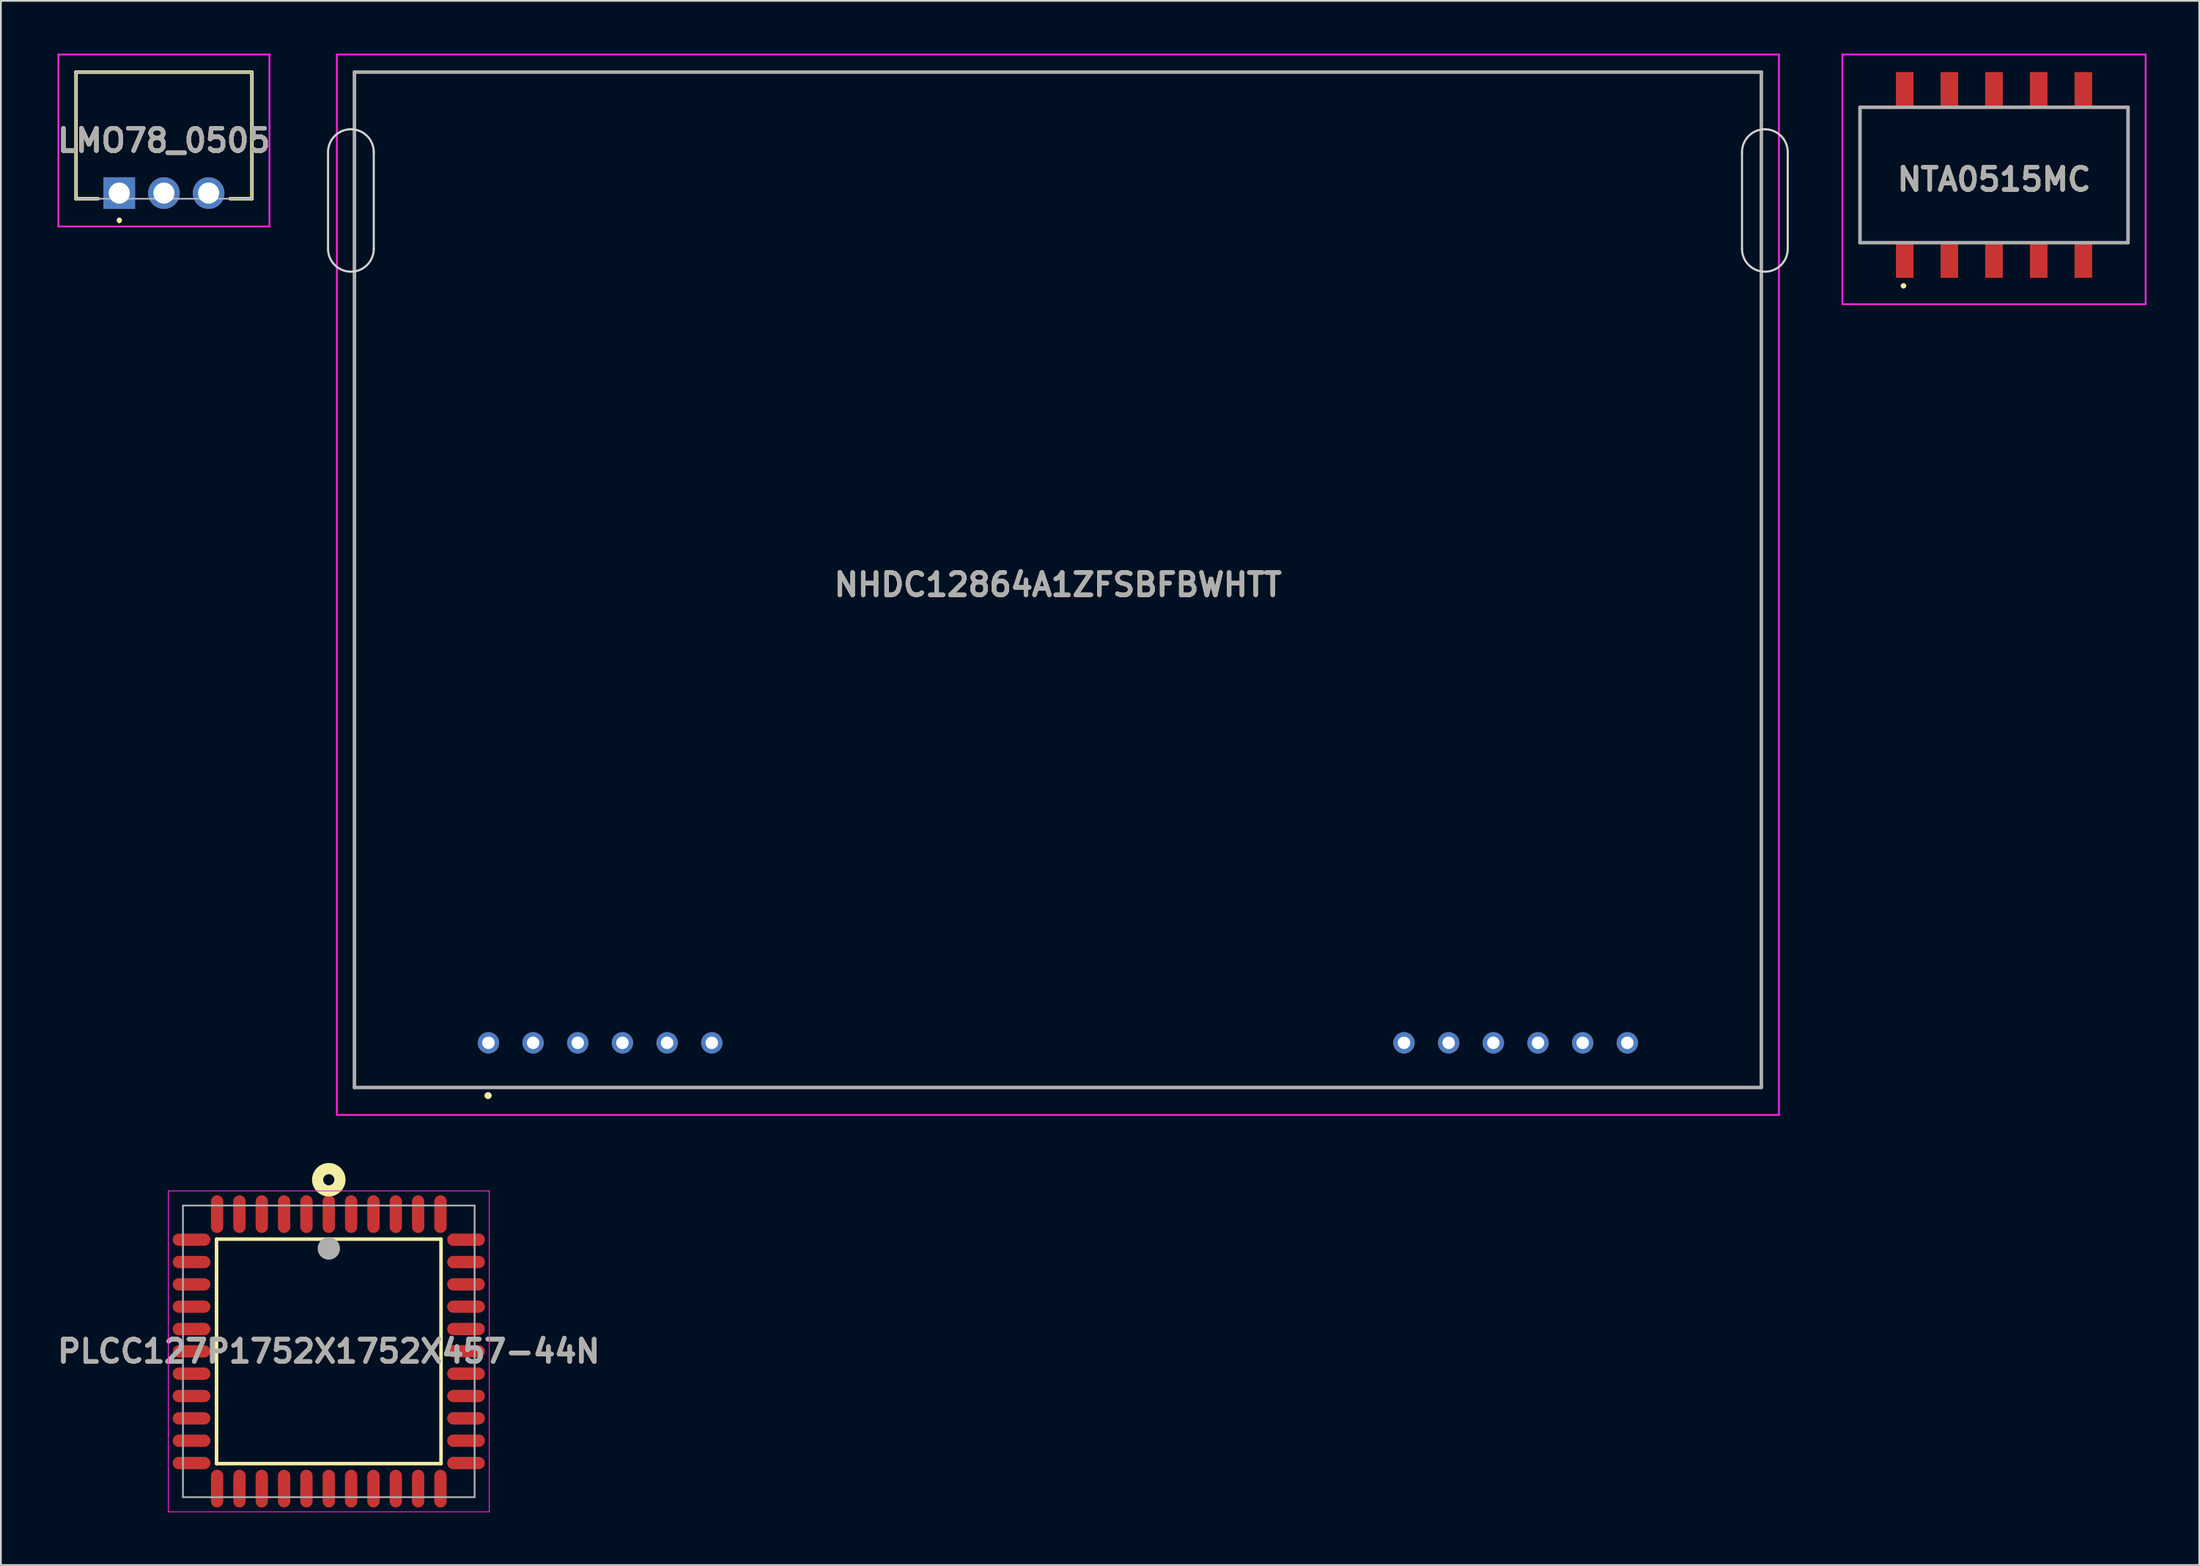
<source format=kicad_pcb>
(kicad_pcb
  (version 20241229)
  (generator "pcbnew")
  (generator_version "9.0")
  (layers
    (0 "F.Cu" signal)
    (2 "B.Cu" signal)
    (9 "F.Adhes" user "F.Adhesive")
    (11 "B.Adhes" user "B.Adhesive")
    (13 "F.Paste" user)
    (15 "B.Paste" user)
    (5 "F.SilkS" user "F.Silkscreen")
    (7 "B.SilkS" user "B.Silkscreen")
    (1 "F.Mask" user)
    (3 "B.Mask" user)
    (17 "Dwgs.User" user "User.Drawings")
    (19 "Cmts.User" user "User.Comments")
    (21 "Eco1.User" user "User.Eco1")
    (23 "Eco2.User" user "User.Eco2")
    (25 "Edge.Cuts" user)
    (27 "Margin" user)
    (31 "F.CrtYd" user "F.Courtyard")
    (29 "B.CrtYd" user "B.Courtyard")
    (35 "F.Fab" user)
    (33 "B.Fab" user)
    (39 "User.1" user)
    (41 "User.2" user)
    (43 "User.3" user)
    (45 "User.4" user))
  (footprint "LMO78_0505"
    (layer "F.Cu")
    (at 3.731 7.93)
    (property "Reference" "LMO78_0505" (at 2.54 -2.99 0) (layer "F.SilkS") (effects (font (size 1.27 1.27) (thickness 0.254))))
    (attr through_hole)
    (fp_line (start -2.46 -6.88) (end 7.54 -6.88) (stroke (width 0.2) (type solid)) (layer "F.SilkS"))
    (fp_line (start -2.46 0.32) (end -2.46 -6.88) (stroke (width 0.2) (type solid)) (layer "F.SilkS"))
    (fp_line (start -1.2 0.32) (end -2.46 0.32) (stroke (width 0.2) (type solid)) (layer "F.SilkS"))
    (fp_line (start 0 1.5) (end 0 1.5) (stroke (width 0.2) (type solid)) (layer "F.SilkS"))
    (fp_line (start 0 1.6) (end 0 1.6) (stroke (width 0.2) (type solid)) (layer "F.SilkS"))
    (fp_line (start 0 1.6) (end 0 1.6) (stroke (width 0.2) (type solid)) (layer "F.SilkS"))
    (fp_line (start 7.54 -6.88) (end 7.54 0.32) (stroke (width 0.2) (type solid)) (layer "F.SilkS"))
    (fp_line (start 7.54 0.32) (end 6.3 0.32) (stroke (width 0.2) (type solid)) (layer "F.SilkS"))
    (fp_arc (start 0 1.5) (mid 0.05 1.55) (end 0 1.6) (stroke (width 0.2) (type solid)) (layer "F.SilkS"))
    (fp_arc (start 0 1.5) (mid 0.05 1.55) (end 0 1.6) (stroke (width 0.2) (type solid)) (layer "F.SilkS"))
    (fp_arc (start 0 1.6) (mid -0.05 1.55) (end 0 1.5) (stroke (width 0.2) (type solid)) (layer "F.SilkS"))
    (fp_line (start -3.46 -7.88) (end 8.54 -7.88) (stroke (width 0.1) (type solid)) (layer "F.CrtYd"))
    (fp_line (start -3.46 1.9) (end -3.46 -7.88) (stroke (width 0.1) (type solid)) (layer "F.CrtYd"))
    (fp_line (start 8.54 -7.88) (end 8.54 1.9) (stroke (width 0.1) (type solid)) (layer "F.CrtYd"))
    (fp_line (start 8.54 1.9) (end -3.46 1.9) (stroke (width 0.1) (type solid)) (layer "F.CrtYd"))
    (fp_line (start -2.46 -6.88) (end 7.54 -6.88) (stroke (width 0.1) (type solid)) (layer "F.Fab"))
    (fp_line (start -2.46 0.32) (end -2.46 -6.88) (stroke (width 0.1) (type solid)) (layer "F.Fab"))
    (fp_line (start 7.54 -6.88) (end 7.54 0.32) (stroke (width 0.1) (type solid)) (layer "F.Fab"))
    (fp_line (start 7.54 0.32) (end -2.46 0.32) (stroke (width 0.1) (type solid)) (layer "F.Fab"))
    (fp_text user "${REFERENCE}" (at 2.54 -2.99 0) (layer "F.Fab") (effects (font (size 1.27 1.27) (thickness 0.254))))
    (pad "1" thru_hole rect (at 0 0) (size 1.8 1.8) (drill 1.2) (layers "*.Cu" "*.Mask"))
    (pad "2" thru_hole circle (at 2.54 0) (size 1.8 1.8) (drill 1.2) (layers "*.Cu" "*.Mask"))
    (pad "3" thru_hole circle (at 5.08 0) (size 1.8 1.8) (drill 1.2) (layers "*.Cu" "*.Mask")))
  (footprint "PLCC127P1752X1752X457-44N"
    (layer "F.Cu")
    (at 15.645 73.794)
    (property "Reference" "PLCC127P1752X1752X457-44N" (at 0 0 0) (layer "F.SilkS") (effects (font (size 1.27 1.27) (thickness 0.254))))
    (attr smd)
    (fp_line (start -6.382 -6.382) (end 6.382 -6.382) (stroke (width 0.2) (type solid)) (layer "F.SilkS"))
    (fp_line (start -6.382 6.382) (end -6.382 -6.382) (stroke (width 0.2) (type solid)) (layer "F.SilkS"))
    (fp_line (start 6.382 -6.382) (end 6.382 6.382) (stroke (width 0.2) (type solid)) (layer "F.SilkS"))
    (fp_line (start 6.382 6.382) (end -6.382 6.382) (stroke (width 0.2) (type solid)) (layer "F.SilkS"))
    (fp_circle (center 0 -9.759) (end 0 -9.442) (stroke (width 0.635) (type solid)) (fill no) (layer "F.SilkS"))
    (fp_line (start -9.125 -9.125) (end 9.125 -9.125) (stroke (width 0.05) (type solid)) (layer "F.CrtYd"))
    (fp_line (start -9.125 9.125) (end -9.125 -9.125) (stroke (width 0.05) (type solid)) (layer "F.CrtYd"))
    (fp_line (start 9.125 -9.125) (end 9.125 9.125) (stroke (width 0.05) (type solid)) (layer "F.CrtYd"))
    (fp_line (start 9.125 9.125) (end -9.125 9.125) (stroke (width 0.05) (type solid)) (layer "F.CrtYd"))
    (fp_line (start -8.292 -8.292) (end 8.292 -8.292) (stroke (width 0.1) (type solid)) (layer "F.Fab"))
    (fp_line (start -8.292 8.292) (end -8.292 -8.292) (stroke (width 0.1) (type solid)) (layer "F.Fab"))
    (fp_line (start 8.292 -8.292) (end 8.292 8.292) (stroke (width 0.1) (type solid)) (layer "F.Fab"))
    (fp_line (start 8.292 8.292) (end -8.292 8.292) (stroke (width 0.1) (type solid)) (layer "F.Fab"))
    (fp_circle (center 0 -5.848) (end 0 -5.53) (stroke (width 0.635) (type solid)) (fill no) (layer "F.Fab"))
    (fp_text user "${REFERENCE}" (at 0 0 0) (layer "F.Fab") (effects (font (size 1.27 1.27) (thickness 0.254))))
    (pad "1" smd oval (at 0 -7.804) (size 0.7 2.142) (layers "F.Cu" "F.Mask" "F.Paste"))
    (pad "2" smd oval (at -1.27 -7.804) (size 0.7 2.142) (layers "F.Cu" "F.Mask" "F.Paste"))
    (pad "3" smd oval (at -2.54 -7.804) (size 0.7 2.142) (layers "F.Cu" "F.Mask" "F.Paste"))
    (pad "4" smd oval (at -3.81 -7.804) (size 0.7 2.142) (layers "F.Cu" "F.Mask" "F.Paste"))
    (pad "5" smd oval (at -5.08 -7.804) (size 0.7 2.142) (layers "F.Cu" "F.Mask" "F.Paste"))
    (pad "6" smd oval (at -6.35 -7.804) (size 0.7 2.142) (layers "F.Cu" "F.Mask" "F.Paste"))
    (pad "7" smd oval (at -7.804 -6.35 90) (size 0.7 2.142) (layers "F.Cu" "F.Mask" "F.Paste"))
    (pad "8" smd oval (at -7.804 -5.08 90) (size 0.7 2.142) (layers "F.Cu" "F.Mask" "F.Paste"))
    (pad "9" smd oval (at -7.804 -3.81 90) (size 0.7 2.142) (layers "F.Cu" "F.Mask" "F.Paste"))
    (pad "10" smd oval (at -7.804 -2.54 90) (size 0.7 2.142) (layers "F.Cu" "F.Mask" "F.Paste"))
    (pad "11" smd oval (at -7.804 -1.27 90) (size 0.7 2.142) (layers "F.Cu" "F.Mask" "F.Paste"))
    (pad "12" smd oval (at -7.804 0 90) (size 0.7 2.142) (layers "F.Cu" "F.Mask" "F.Paste"))
    (pad "13" smd oval (at -7.804 1.27 90) (size 0.7 2.142) (layers "F.Cu" "F.Mask" "F.Paste"))
    (pad "14" smd oval (at -7.804 2.54 90) (size 0.7 2.142) (layers "F.Cu" "F.Mask" "F.Paste"))
    (pad "15" smd oval (at -7.804 3.81 90) (size 0.7 2.142) (layers "F.Cu" "F.Mask" "F.Paste"))
    (pad "16" smd oval (at -7.804 5.08 90) (size 0.7 2.142) (layers "F.Cu" "F.Mask" "F.Paste"))
    (pad "17" smd oval (at -7.804 6.35 90) (size 0.7 2.142) (layers "F.Cu" "F.Mask" "F.Paste"))
    (pad "18" smd oval (at -6.35 7.804) (size 0.7 2.142) (layers "F.Cu" "F.Mask" "F.Paste"))
    (pad "19" smd oval (at -5.08 7.804) (size 0.7 2.142) (layers "F.Cu" "F.Mask" "F.Paste"))
    (pad "20" smd oval (at -3.81 7.804) (size 0.7 2.142) (layers "F.Cu" "F.Mask" "F.Paste"))
    (pad "21" smd oval (at -2.54 7.804) (size 0.7 2.142) (layers "F.Cu" "F.Mask" "F.Paste"))
    (pad "22" smd oval (at -1.27 7.804) (size 0.7 2.142) (layers "F.Cu" "F.Mask" "F.Paste"))
    (pad "23" smd oval (at 0 7.804) (size 0.7 2.142) (layers "F.Cu" "F.Mask" "F.Paste"))
    (pad "24" smd oval (at 1.27 7.804) (size 0.7 2.142) (layers "F.Cu" "F.Mask" "F.Paste"))
    (pad "25" smd oval (at 2.54 7.804) (size 0.7 2.142) (layers "F.Cu" "F.Mask" "F.Paste"))
    (pad "26" smd oval (at 3.81 7.804) (size 0.7 2.142) (layers "F.Cu" "F.Mask" "F.Paste"))
    (pad "27" smd oval (at 5.08 7.804) (size 0.7 2.142) (layers "F.Cu" "F.Mask" "F.Paste"))
    (pad "28" smd oval (at 6.35 7.804) (size 0.7 2.142) (layers "F.Cu" "F.Mask" "F.Paste"))
    (pad "29" smd oval (at 7.804 6.35 90) (size 0.7 2.142) (layers "F.Cu" "F.Mask" "F.Paste"))
    (pad "30" smd oval (at 7.804 5.08 90) (size 0.7 2.142) (layers "F.Cu" "F.Mask" "F.Paste"))
    (pad "31" smd oval (at 7.804 3.81 90) (size 0.7 2.142) (layers "F.Cu" "F.Mask" "F.Paste"))
    (pad "32" smd oval (at 7.804 2.54 90) (size 0.7 2.142) (layers "F.Cu" "F.Mask" "F.Paste"))
    (pad "33" smd oval (at 7.804 1.27 90) (size 0.7 2.142) (layers "F.Cu" "F.Mask" "F.Paste"))
    (pad "34" smd oval (at 7.804 0 90) (size 0.7 2.142) (layers "F.Cu" "F.Mask" "F.Paste"))
    (pad "35" smd oval (at 7.804 -1.27 90) (size 0.7 2.142) (layers "F.Cu" "F.Mask" "F.Paste"))
    (pad "36" smd oval (at 7.804 -2.54 90) (size 0.7 2.142) (layers "F.Cu" "F.Mask" "F.Paste"))
    (pad "37" smd oval (at 7.804 -3.81 90) (size 0.7 2.142) (layers "F.Cu" "F.Mask" "F.Paste"))
    (pad "38" smd oval (at 7.804 -5.08 90) (size 0.7 2.142) (layers "F.Cu" "F.Mask" "F.Paste"))
    (pad "39" smd oval (at 7.804 -6.35 90) (size 0.7 2.142) (layers "F.Cu" "F.Mask" "F.Paste"))
    (pad "40" smd oval (at 6.35 -7.804) (size 0.7 2.142) (layers "F.Cu" "F.Mask" "F.Paste"))
    (pad "41" smd oval (at 5.08 -7.804) (size 0.7 2.142) (layers "F.Cu" "F.Mask" "F.Paste"))
    (pad "42" smd oval (at 3.81 -7.804) (size 0.7 2.142) (layers "F.Cu" "F.Mask" "F.Paste"))
    (pad "43" smd oval (at 2.54 -7.804) (size 0.7 2.142) (layers "F.Cu" "F.Mask" "F.Paste"))
    (pad "44" smd oval (at 1.27 -7.804) (size 0.7 2.142) (layers "F.Cu" "F.Mask" "F.Paste")))
  (footprint "NTA0515MC"
    (layer "F.Cu")
    (at 110.333 6.9)
    (property "Reference" "NTA0515MC" (at 0 0.25 0) (layer "F.SilkS") (effects (font (size 1.27 1.27) (thickness 0.254))))
    (attr smd)
    (fp_line (start -7.62 -3.85) (end -7.62 -3.85) (stroke (width 0.1) (type solid)) (layer "F.SilkS"))
    (fp_line (start -7.62 -3.85) (end -7.62 -3.85) (stroke (width 0.1) (type solid)) (layer "F.SilkS"))
    (fp_line (start -7.62 -3.85) (end -7.62 3.85) (stroke (width 0.1) (type solid)) (layer "F.SilkS"))
    (fp_line (start -7.62 -3.85) (end -6.3 -3.85) (stroke (width 0.1) (type solid)) (layer "F.SilkS"))
    (fp_line (start -7.62 3.85) (end -7.62 -3.85) (stroke (width 0.1) (type solid)) (layer "F.SilkS"))
    (fp_line (start -7.62 3.85) (end -7.62 3.85) (stroke (width 0.1) (type solid)) (layer "F.SilkS"))
    (fp_line (start -7.62 3.85) (end -7.62 3.85) (stroke (width 0.1) (type solid)) (layer "F.SilkS"))
    (fp_line (start -7.62 3.85) (end -6.3 3.85) (stroke (width 0.1) (type solid)) (layer "F.SilkS"))
    (fp_line (start -6.3 -3.85) (end -7.62 -3.85) (stroke (width 0.1) (type solid)) (layer "F.SilkS"))
    (fp_line (start -6.3 -3.85) (end -6.3 -3.85) (stroke (width 0.1) (type solid)) (layer "F.SilkS"))
    (fp_line (start -6.3 3.85) (end -7.62 3.85) (stroke (width 0.1) (type solid)) (layer "F.SilkS"))
    (fp_line (start -6.3 3.85) (end -6.3 3.85) (stroke (width 0.1) (type solid)) (layer "F.SilkS"))
    (fp_line (start -5.2 6.3) (end -5.2 6.3) (stroke (width 0.2) (type solid)) (layer "F.SilkS"))
    (fp_line (start -5.2 6.3) (end -5.2 6.3) (stroke (width 0.2) (type solid)) (layer "F.SilkS"))
    (fp_line (start -5.1 6.3) (end -5.1 6.3) (stroke (width 0.2) (type solid)) (layer "F.SilkS"))
    (fp_line (start -4.1 -3.85) (end -4.1 -3.85) (stroke (width 0.1) (type solid)) (layer "F.SilkS"))
    (fp_line (start -4.1 -3.85) (end -3.5 -3.85) (stroke (width 0.1) (type solid)) (layer "F.SilkS"))
    (fp_line (start -4.1 3.85) (end -4.1 3.85) (stroke (width 0.1) (type solid)) (layer "F.SilkS"))
    (fp_line (start -4.1 3.85) (end -3.5 3.85) (stroke (width 0.1) (type solid)) (layer "F.SilkS"))
    (fp_line (start -3.5 -3.85) (end -4.1 -3.85) (stroke (width 0.1) (type solid)) (layer "F.SilkS"))
    (fp_line (start -3.5 -3.85) (end -3.5 -3.85) (stroke (width 0.1) (type solid)) (layer "F.SilkS"))
    (fp_line (start -3.5 3.85) (end -4.1 3.85) (stroke (width 0.1) (type solid)) (layer "F.SilkS"))
    (fp_line (start -3.5 3.85) (end -3.5 3.85) (stroke (width 0.1) (type solid)) (layer "F.SilkS"))
    (fp_line (start -1.6 -3.85) (end -1.6 -3.85) (stroke (width 0.1) (type solid)) (layer "F.SilkS"))
    (fp_line (start -1.6 -3.85) (end -0.9 -3.85) (stroke (width 0.1) (type solid)) (layer "F.SilkS"))
    (fp_line (start -1.6 3.85) (end -1.6 3.85) (stroke (width 0.1) (type solid)) (layer "F.SilkS"))
    (fp_line (start -1.6 3.85) (end -0.9 3.85) (stroke (width 0.1) (type solid)) (layer "F.SilkS"))
    (fp_line (start -0.9 -3.85) (end -1.6 -3.85) (stroke (width 0.1) (type solid)) (layer "F.SilkS"))
    (fp_line (start -0.9 -3.85) (end -0.9 -3.85) (stroke (width 0.1) (type solid)) (layer "F.SilkS"))
    (fp_line (start -0.9 3.85) (end -1.6 3.85) (stroke (width 0.1) (type solid)) (layer "F.SilkS"))
    (fp_line (start -0.9 3.85) (end -0.9 3.85) (stroke (width 0.1) (type solid)) (layer "F.SilkS"))
    (fp_line (start 0.9 -3.85) (end 0.9 -3.85) (stroke (width 0.1) (type solid)) (layer "F.SilkS"))
    (fp_line (start 0.9 -3.85) (end 1.6 -3.85) (stroke (width 0.1) (type solid)) (layer "F.SilkS"))
    (fp_line (start 0.9 3.85) (end 0.9 3.85) (stroke (width 0.1) (type solid)) (layer "F.SilkS"))
    (fp_line (start 0.9 3.85) (end 1.6 3.85) (stroke (width 0.1) (type solid)) (layer "F.SilkS"))
    (fp_line (start 1.6 -3.85) (end 0.9 -3.85) (stroke (width 0.1) (type solid)) (layer "F.SilkS"))
    (fp_line (start 1.6 -3.85) (end 1.6 -3.85) (stroke (width 0.1) (type solid)) (layer "F.SilkS"))
    (fp_line (start 1.6 3.85) (end 0.9 3.85) (stroke (width 0.1) (type solid)) (layer "F.SilkS"))
    (fp_line (start 1.6 3.85) (end 1.6 3.85) (stroke (width 0.1) (type solid)) (layer "F.SilkS"))
    (fp_line (start 3.5 -3.85) (end 3.5 -3.85) (stroke (width 0.1) (type solid)) (layer "F.SilkS"))
    (fp_line (start 3.5 -3.85) (end 4.1 -3.85) (stroke (width 0.1) (type solid)) (layer "F.SilkS"))
    (fp_line (start 3.5 3.85) (end 3.5 3.85) (stroke (width 0.1) (type solid)) (layer "F.SilkS"))
    (fp_line (start 3.5 3.85) (end 4.1 3.85) (stroke (width 0.1) (type solid)) (layer "F.SilkS"))
    (fp_line (start 4.1 -3.85) (end 3.5 -3.85) (stroke (width 0.1) (type solid)) (layer "F.SilkS"))
    (fp_line (start 4.1 -3.85) (end 4.1 -3.85) (stroke (width 0.1) (type solid)) (layer "F.SilkS"))
    (fp_line (start 4.1 3.85) (end 3.5 3.85) (stroke (width 0.1) (type solid)) (layer "F.SilkS"))
    (fp_line (start 4.1 3.85) (end 4.1 3.85) (stroke (width 0.1) (type solid)) (layer "F.SilkS"))
    (fp_line (start 6.3 -3.85) (end 6.3 -3.85) (stroke (width 0.1) (type solid)) (layer "F.SilkS"))
    (fp_line (start 6.3 -3.85) (end 7.5 -3.85) (stroke (width 0.1) (type solid)) (layer "F.SilkS"))
    (fp_line (start 6.3 3.85) (end 6.3 3.85) (stroke (width 0.1) (type solid)) (layer "F.SilkS"))
    (fp_line (start 6.3 3.85) (end 7.62 3.85) (stroke (width 0.1) (type solid)) (layer "F.SilkS"))
    (fp_line (start 7.5 -3.85) (end 6.3 -3.85) (stroke (width 0.1) (type solid)) (layer "F.SilkS"))
    (fp_line (start 7.5 -3.85) (end 7.5 -3.85) (stroke (width 0.1) (type solid)) (layer "F.SilkS"))
    (fp_line (start 7.5 -3.85) (end 7.5 -3.85) (stroke (width 0.1) (type solid)) (layer "F.SilkS"))
    (fp_line (start 7.5 -3.85) (end 7.62 -3.85) (stroke (width 0.1) (type solid)) (layer "F.SilkS"))
    (fp_line (start 7.62 -3.85) (end 7.5 -3.85) (stroke (width 0.1) (type solid)) (layer "F.SilkS"))
    (fp_line (start 7.62 -3.85) (end 7.62 -3.85) (stroke (width 0.1) (type solid)) (layer "F.SilkS"))
    (fp_line (start 7.62 -3.85) (end 7.62 -3.85) (stroke (width 0.1) (type solid)) (layer "F.SilkS"))
    (fp_line (start 7.62 -3.85) (end 7.62 3.85) (stroke (width 0.1) (type solid)) (layer "F.SilkS"))
    (fp_line (start 7.62 3.85) (end 6.3 3.85) (stroke (width 0.1) (type solid)) (layer "F.SilkS"))
    (fp_line (start 7.62 3.85) (end 7.62 -3.85) (stroke (width 0.1) (type solid)) (layer "F.SilkS"))
    (fp_line (start 7.62 3.85) (end 7.62 3.85) (stroke (width 0.1) (type solid)) (layer "F.SilkS"))
    (fp_line (start 7.62 3.85) (end 7.62 3.85) (stroke (width 0.1) (type solid)) (layer "F.SilkS"))
    (fp_arc (start -5.2 6.3) (mid -5.15 6.25) (end -5.1 6.3) (stroke (width 0.2) (type solid)) (layer "F.SilkS"))
    (fp_arc (start -5.1 6.3) (mid -5.15 6.35) (end -5.2 6.3) (stroke (width 0.2) (type solid)) (layer "F.SilkS"))
    (fp_arc (start -5.1 6.3) (mid -5.15 6.35) (end -5.2 6.3) (stroke (width 0.2) (type solid)) (layer "F.SilkS"))
    (fp_line (start -8.62 -6.85) (end 8.62 -6.85) (stroke (width 0.1) (type solid)) (layer "F.CrtYd"))
    (fp_line (start -8.62 7.35) (end -8.62 -6.85) (stroke (width 0.1) (type solid)) (layer "F.CrtYd"))
    (fp_line (start 8.62 -6.85) (end 8.62 7.35) (stroke (width 0.1) (type solid)) (layer "F.CrtYd"))
    (fp_line (start 8.62 7.35) (end -8.62 7.35) (stroke (width 0.1) (type solid)) (layer "F.CrtYd"))
    (fp_line (start -7.62 -3.85) (end -7.62 3.85) (stroke (width 0.2) (type solid)) (layer "F.Fab"))
    (fp_line (start -7.62 3.85) (end 7.62 3.85) (stroke (width 0.2) (type solid)) (layer "F.Fab"))
    (fp_line (start 7.62 -3.85) (end -7.62 -3.85) (stroke (width 0.2) (type solid)) (layer "F.Fab"))
    (fp_line (start 7.62 3.85) (end 7.62 -3.85) (stroke (width 0.2) (type solid)) (layer "F.Fab"))
    (fp_text user "${REFERENCE}" (at 0 0.25 0) (layer "F.Fab") (effects (font (size 1.27 1.27) (thickness 0.254))))
    (pad "1" smd rect (at -5.08 4.85) (size 1 2) (layers "F.Cu" "F.Mask" "F.Paste"))
    (pad "3" smd rect (at -2.54 4.85) (size 1 2) (layers "F.Cu" "F.Mask" "F.Paste"))
    (pad "5" smd rect (at 0 4.85) (size 1 2) (layers "F.Cu" "F.Mask" "F.Paste"))
    (pad "7" smd rect (at 2.54 4.85) (size 1 2) (layers "F.Cu" "F.Mask" "F.Paste"))
    (pad "9" smd rect (at 5.08 4.85) (size 1 2) (layers "F.Cu" "F.Mask" "F.Paste"))
    (pad "10" smd rect (at 5.08 -4.85) (size 1 2) (layers "F.Cu" "F.Mask" "F.Paste"))
    (pad "12" smd rect (at 2.54 -4.85) (size 1 2) (layers "F.Cu" "F.Mask" "F.Paste"))
    (pad "14" smd rect (at 0 -4.85) (size 1 2) (layers "F.Cu" "F.Mask" "F.Paste"))
    (pad "16" smd rect (at -2.54 -4.85) (size 1 2) (layers "F.Cu" "F.Mask" "F.Paste"))
    (pad "18" smd rect (at -5.08 -4.85) (size 1 2) (layers "F.Cu" "F.Mask" "F.Paste")))
  (footprint "NHDC12864A1ZFSBFBWHTT"
    (layer "F.Cu")
    (at 57.103 30.2)
    (property "Reference" "NHDC12864A1ZFSBFBWHTT" (at 0 0 0) (layer "F.SilkS") (effects (font (size 1.27 1.27) (thickness 0.254))))
    (attr through_hole)
    (fp_line (start -40 -29.15) (end -40 -26) (stroke (width 0.12) (type solid)) (layer "F.SilkS"))
    (fp_line (start -40 -29.15) (end 40 -29.15) (stroke (width 0.1) (type solid)) (layer "F.SilkS"))
    (fp_line (start -40 28.59) (end -40 -17.5) (stroke (width 0.1) (type solid)) (layer "F.SilkS"))
    (fp_line (start -32.5 29.05) (end -32.5 29.05) (stroke (width 0.2) (type solid)) (layer "F.SilkS"))
    (fp_line (start -32.3 29.05) (end -32.3 29.05) (stroke (width 0.2) (type solid)) (layer "F.SilkS"))
    (fp_line (start 40 -29.15) (end 40 -26) (stroke (width 0.12) (type solid)) (layer "F.SilkS"))
    (fp_line (start 40 -17.5) (end 40 28.59) (stroke (width 0.1) (type solid)) (layer "F.SilkS"))
    (fp_line (start 40 28.59) (end -40 28.59) (stroke (width 0.1) (type solid)) (layer "F.SilkS"))
    (fp_arc (start -32.5 29.05) (mid -32.4 28.95) (end -32.3 29.05) (stroke (width 0.2) (type solid)) (layer "F.SilkS"))
    (fp_arc (start -32.3 29.05) (mid -32.4 29.15) (end -32.5 29.05) (stroke (width 0.2) (type solid)) (layer "F.SilkS"))
    (fp_line (start -41.5 -24.6) (end -41.5 -19.1) (stroke (width 0.12) (type solid)) (layer "Edge.Cuts"))
    (fp_line (start -38.9 -19.1) (end -38.9 -24.6) (stroke (width 0.12) (type solid)) (layer "Edge.Cuts"))
    (fp_line (start 38.9 -24.6) (end 38.9 -19.1) (stroke (width 0.12) (type solid)) (layer "Edge.Cuts"))
    (fp_line (start 41.5 -19.1) (end 41.5 -24.6) (stroke (width 0.12) (type solid)) (layer "Edge.Cuts"))
    (fp_arc (start -41.5 -24.6) (mid -40.2 -25.9) (end -38.9 -24.6) (stroke (width 0.12) (type solid)) (layer "Edge.Cuts"))
    (fp_arc (start -38.9 -19.1) (mid -40.2 -17.8) (end -41.5 -19.1) (stroke (width 0.12) (type solid)) (layer "Edge.Cuts"))
    (fp_arc (start 38.9 -24.6) (mid 40.2 -25.9) (end 41.5 -24.6) (stroke (width 0.12) (type solid)) (layer "Edge.Cuts"))
    (fp_arc (start 41.5 -19.1) (mid 40.2 -17.8) (end 38.9 -19.1) (stroke (width 0.12) (type solid)) (layer "Edge.Cuts"))
    (fp_line (start -41 -30.15) (end 41 -30.15) (stroke (width 0.1) (type solid)) (layer "F.CrtYd"))
    (fp_line (start -41 30.15) (end -41 -30.15) (stroke (width 0.1) (type solid)) (layer "F.CrtYd"))
    (fp_line (start 41 -30.15) (end 41 30.15) (stroke (width 0.1) (type solid)) (layer "F.CrtYd"))
    (fp_line (start 41 30.15) (end -41 30.15) (stroke (width 0.1) (type solid)) (layer "F.CrtYd"))
    (fp_line (start -40 -29.15) (end 40 -29.15) (stroke (width 0.2) (type solid)) (layer "F.Fab"))
    (fp_line (start -40 28.59) (end -40 -29.15) (stroke (width 0.2) (type solid)) (layer "F.Fab"))
    (fp_line (start 40 -29.15) (end 40 28.59) (stroke (width 0.2) (type solid)) (layer "F.Fab"))
    (fp_line (start 40 28.59) (end -40 28.59) (stroke (width 0.2) (type solid)) (layer "F.Fab"))
    (fp_text user "${REFERENCE}" (at 0 0 0) (layer "F.Fab") (effects (font (size 1.27 1.27) (thickness 0.254))))
    (pad "1" thru_hole circle (at -32.38 26.05) (size 1.217 1.217) (drill 0.71) (layers "*.Cu" "*.Mask"))
    (pad "2" thru_hole circle (at -29.84 26.05) (size 1.217 1.217) (drill 0.71) (layers "*.Cu" "*.Mask"))
    (pad "3" thru_hole circle (at -27.3 26.05) (size 1.217 1.217) (drill 0.71) (layers "*.Cu" "*.Mask"))
    (pad "4" thru_hole circle (at -24.76 26.05) (size 1.217 1.217) (drill 0.71) (layers "*.Cu" "*.Mask"))
    (pad "5" thru_hole circle (at -22.22 26.05) (size 1.217 1.217) (drill 0.71) (layers "*.Cu" "*.Mask"))
    (pad "6" thru_hole circle (at -19.68 26.05) (size 1.217 1.217) (drill 0.71) (layers "*.Cu" "*.Mask"))
    (pad "7" thru_hole circle (at 19.68 26.05) (size 1.217 1.217) (drill 0.71) (layers "*.Cu" "*.Mask"))
    (pad "8" thru_hole circle (at 22.22 26.05) (size 1.217 1.217) (drill 0.71) (layers "*.Cu" "*.Mask"))
    (pad "9" thru_hole circle (at 24.76 26.05) (size 1.217 1.217) (drill 0.71) (layers "*.Cu" "*.Mask"))
    (pad "10" thru_hole circle (at 27.3 26.05) (size 1.217 1.217) (drill 0.71) (layers "*.Cu" "*.Mask"))
    (pad "11" thru_hole circle (at 29.84 26.05) (size 1.217 1.217) (drill 0.71) (layers "*.Cu" "*.Mask"))
    (pad "12" thru_hole circle (at 32.38 26.05) (size 1.217 1.217) (drill 0.71) (layers "*.Cu" "*.Mask")))
  (gr_rect
    (start -3 -3)
    (end 122.003 85.945)
    (stroke (width 0.1) (type default))
    (fill no)
    (layer "Edge.Cuts")))
</source>
